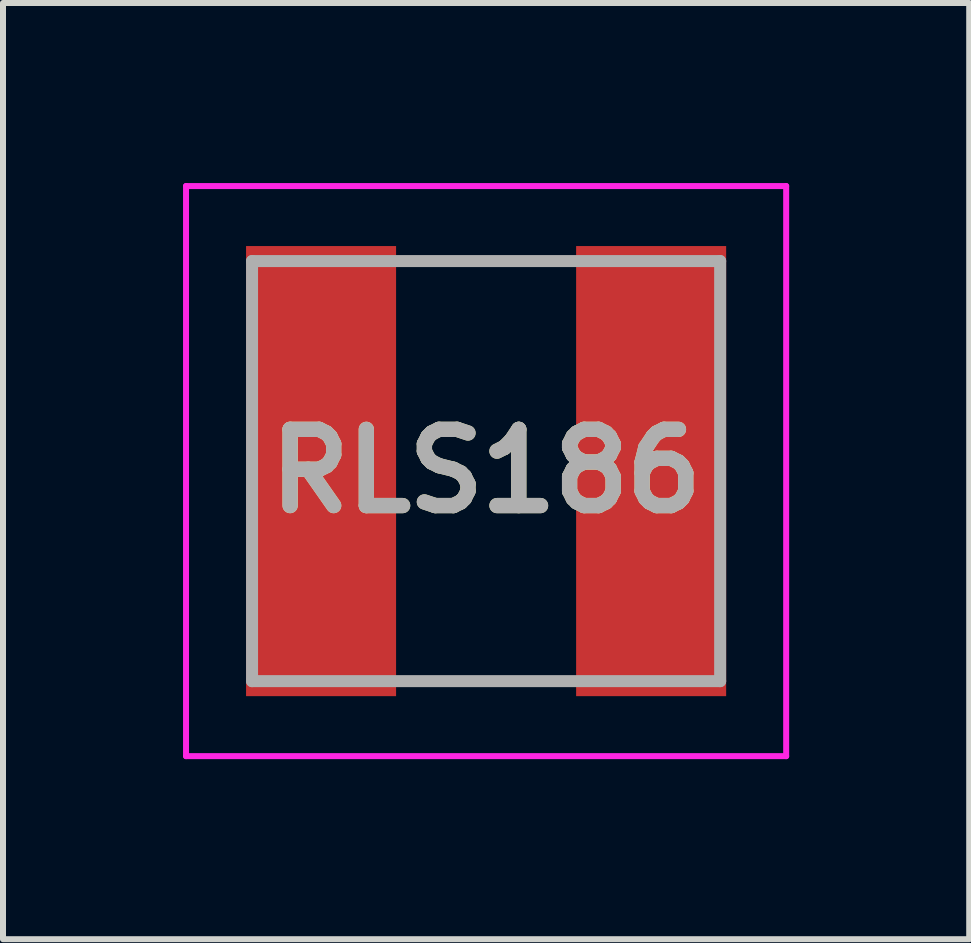
<source format=kicad_pcb>
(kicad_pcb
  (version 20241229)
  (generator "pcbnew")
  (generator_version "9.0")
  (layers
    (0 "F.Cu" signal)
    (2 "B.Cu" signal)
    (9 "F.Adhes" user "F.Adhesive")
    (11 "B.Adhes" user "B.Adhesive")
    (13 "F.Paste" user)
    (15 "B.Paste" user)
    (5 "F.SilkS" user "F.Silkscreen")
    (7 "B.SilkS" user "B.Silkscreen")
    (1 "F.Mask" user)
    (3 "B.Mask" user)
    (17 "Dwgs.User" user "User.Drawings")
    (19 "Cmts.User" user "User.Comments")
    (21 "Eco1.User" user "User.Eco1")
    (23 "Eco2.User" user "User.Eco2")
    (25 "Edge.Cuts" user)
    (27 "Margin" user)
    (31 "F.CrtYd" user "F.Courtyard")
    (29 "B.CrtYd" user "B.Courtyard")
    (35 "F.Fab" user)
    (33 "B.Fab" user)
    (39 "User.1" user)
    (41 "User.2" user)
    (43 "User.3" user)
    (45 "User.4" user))
  (footprint "RLS186"
    (layer "F.Cu")
    (at 5.05 4.8)
    (property "Reference" "RLS186" (at 0 0 0) (layer "F.SilkS") (effects (font (size 1.27 1.27) (thickness 0.254))))
    (attr smd)
    (fp_line (start -1 -3.5) (end 1 -3.5) (stroke (width 0.1) (type solid)) (layer "F.SilkS"))
    (fp_line (start -1 3.5) (end 1 3.5) (stroke (width 0.1) (type solid)) (layer "F.SilkS"))
    (fp_line (start -5 -4.75) (end 5 -4.75) (stroke (width 0.1) (type solid)) (layer "F.CrtYd"))
    (fp_line (start -5 4.75) (end -5 -4.75) (stroke (width 0.1) (type solid)) (layer "F.CrtYd"))
    (fp_line (start 5 -4.75) (end 5 4.75) (stroke (width 0.1) (type solid)) (layer "F.CrtYd"))
    (fp_line (start 5 4.75) (end -5 4.75) (stroke (width 0.1) (type solid)) (layer "F.CrtYd"))
    (fp_line (start -3.9 -3.5) (end 3.9 -3.5) (stroke (width 0.2) (type solid)) (layer "F.Fab"))
    (fp_line (start -3.9 3.5) (end -3.9 -3.5) (stroke (width 0.2) (type solid)) (layer "F.Fab"))
    (fp_line (start 3.9 -3.5) (end 3.9 3.5) (stroke (width 0.2) (type solid)) (layer "F.Fab"))
    (fp_line (start 3.9 3.5) (end -3.9 3.5) (stroke (width 0.2) (type solid)) (layer "F.Fab"))
    (fp_text user "${REFERENCE}" (at 0 0 0) (layer "F.Fab") (effects (font (size 1.27 1.27) (thickness 0.254))))
    (pad "1" smd rect (at -2.75 0) (size 2.5 7.5) (layers "F.Cu" "F.Mask" "F.Paste"))
    (pad "2" smd rect (at 2.75 0) (size 2.5 7.5) (layers "F.Cu" "F.Mask" "F.Paste")))
  (gr_rect
    (start -3 -3)
    (end 13.1 12.6)
    (stroke (width 0.1) (type default))
    (fill no)
    (layer "Edge.Cuts")))
</source>
